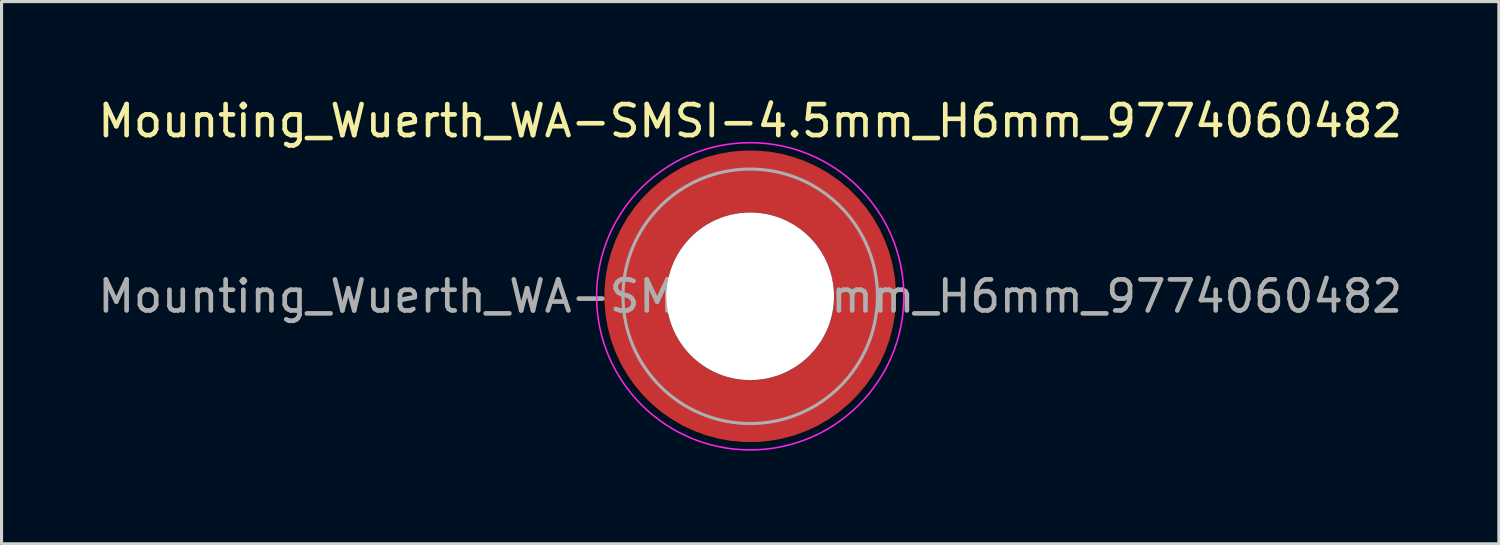
<source format=kicad_pcb>
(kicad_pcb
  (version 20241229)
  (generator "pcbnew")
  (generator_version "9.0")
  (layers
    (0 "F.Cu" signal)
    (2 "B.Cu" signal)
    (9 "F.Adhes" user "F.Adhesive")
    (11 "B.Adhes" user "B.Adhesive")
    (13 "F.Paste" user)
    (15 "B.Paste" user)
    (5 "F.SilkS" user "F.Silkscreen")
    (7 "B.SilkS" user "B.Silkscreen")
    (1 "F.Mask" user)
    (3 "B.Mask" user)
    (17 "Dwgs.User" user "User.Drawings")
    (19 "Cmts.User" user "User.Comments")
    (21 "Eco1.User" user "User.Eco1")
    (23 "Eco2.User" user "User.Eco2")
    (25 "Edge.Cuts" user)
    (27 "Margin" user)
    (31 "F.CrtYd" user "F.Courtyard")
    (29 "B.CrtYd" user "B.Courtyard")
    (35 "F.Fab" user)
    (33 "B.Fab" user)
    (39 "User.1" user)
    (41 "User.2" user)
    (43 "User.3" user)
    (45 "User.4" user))
  (footprint "Mounting_Wuerth_WA-SMSI-4.5mm_H6mm_9774060482"
    (layer "F.Cu")
    (at 21.125 6.498)
    (property "Reference" "Mounting_Wuerth_WA-SMSI-4.5mm_H6mm_9774060482" (at 0 -5.65 0) (layer "F.SilkS") (effects (font (size 1 1) (thickness 0.15))))
    (attr smd)
    (fp_circle (center 0 0) (end 4.95 0) (stroke (width 0.05) (type solid)) (fill no) (layer "F.CrtYd"))
    (fp_circle (center 0 0) (end 4.1 0) (stroke (width 0.1) (type solid)) (fill no) (layer "F.Fab"))
    (fp_text user "${REFERENCE}" (at 0 0 0) (layer "F.Fab") (effects (font (size 1 1) (thickness 0.15))))
    (pad "" smd custom (at -2.607 -2.607) (size 1.495 1.495) (layers "F.Paste") (options (anchor circle)) (primitives (gr_arc (start -0.188183 2.107456) (mid 0.598928 0.599619) (end 2.106494 -0.188011) (width 0.2)) (gr_arc (start -0.289416 2.107456) (mid 0.528508 0.529033) (end 2.106724 -0.28929) (width 0.2)) (gr_arc (start -0.390547 2.107456) (mid 0.457087 0.459449) (end 2.104161 -0.389996) (width 0.2)) (gr_arc (start -0.491585 2.107456) (mid 0.386415 0.389116) (end 2.103685 -0.490974) (width 0.2)) (gr_arc (start -0.59254 2.107456) (mid 0.31649 0.318035) (end 2.105297 -0.592202) (width 0.2)) (gr_arc (start -0.693419 2.107456) (mid 0.245252 0.248268) (end 2.103239 -0.692777) (width 0.2)) (gr_arc (start -0.794229 2.107456) (mid 0.174636 0.177878) (end 2.102921 -0.793559) (width 0.2)) (gr_arc (start -0.894975 2.107456) (mid 0.104643 0.106866) (end 2.104343 -0.894529) (width 0.2)) (gr_arc (start -0.995664 2.107456) (mid 0.033026 0.037479) (end 2.101219 -0.994793) (width 0.2)) (gr_arc (start -1.0963 2.107456) (mid -0.035789 -0.034714) (end 2.105949 -1.096096) (width 0.2)) (gr_arc (start -1.196886 2.107456) (mid -0.106351 -0.105157) (end 2.105783 -1.196666) (width 0.2)) (gr_arc (start -1.297427 2.107456) (mid -0.176416 -0.176097) (end 2.107009 -1.29737) (width 0.2)) (gr_arc (start -1.397927 2.107456) (mid -0.248476 -0.245042) (end 2.102638 -1.397323) (width 0.2)) (gr_arc (start -1.498388 2.107456) (mid -0.317612 -0.316913) (end 2.106475 -1.498268) (width 0.2)) (gr_arc (start -1.598813 2.107456) (mid -0.388865 -0.386665) (end 2.104366 -1.598444) (width 0.2)) (gr_arc (start -1.699204 2.107456) (mid -0.459747 -0.456787) (end 2.103299 -1.698719) (width 0.2)) (gr_arc (start -1.799565 2.107456) (mid -0.530257 -0.527283) (end 2.103277 -1.799089) (width 0.2)) (gr_arc (start -1.899896 2.107456) (mid -0.600396 -0.59815) (end 2.104299 -1.899545) (width 0.2)) (gr_arc (start -1.899896 2.107456) (mid -0.600396 -0.59815) (end 2.104299 -1.899545) (width 0.2)) (gr_line (start 2.107 -0.188) (end 2.107 -1.9) (width 0.2)) (gr_line (start -0.188 2.107) (end -1.9 2.107) (width 0.2))))
    (pad "" smd custom (at -2.607 2.607) (size 1.495 1.495) (layers "F.Paste") (options (anchor circle)) (primitives (gr_arc (start 2.107456 0.188183) (mid 0.599619 -0.598928) (end -0.188011 -2.106494) (width 0.2)) (gr_arc (start 2.107456 0.289416) (mid 0.529033 -0.528508) (end -0.28929 -2.106724) (width 0.2)) (gr_arc (start 2.107456 0.390547) (mid 0.459449 -0.457087) (end -0.389996 -2.104161) (width 0.2)) (gr_arc (start 2.107456 0.491585) (mid 0.389116 -0.386415) (end -0.490974 -2.103685) (width 0.2)) (gr_arc (start 2.107456 0.59254) (mid 0.318035 -0.31649) (end -0.592202 -2.105297) (width 0.2)) (gr_arc (start 2.107456 0.693419) (mid 0.248268 -0.245252) (end -0.692777 -2.103239) (width 0.2)) (gr_arc (start 2.107456 0.794229) (mid 0.177878 -0.174636) (end -0.793559 -2.102921) (width 0.2)) (gr_arc (start 2.107456 0.894975) (mid 0.106866 -0.104643) (end -0.894529 -2.104343) (width 0.2)) (gr_arc (start 2.107456 0.995664) (mid 0.037479 -0.033026) (end -0.994793 -2.101219) (width 0.2)) (gr_arc (start 2.107456 1.0963) (mid -0.034714 0.035789) (end -1.096096 -2.105949) (width 0.2)) (gr_arc (start 2.107456 1.196886) (mid -0.105157 0.106351) (end -1.196666 -2.105783) (width 0.2)) (gr_arc (start 2.107456 1.297427) (mid -0.176097 0.176416) (end -1.29737 -2.107009) (width 0.2)) (gr_arc (start 2.107456 1.397927) (mid -0.245042 0.248476) (end -1.397323 -2.102638) (width 0.2)) (gr_arc (start 2.107456 1.498388) (mid -0.316913 0.317612) (end -1.498268 -2.106475) (width 0.2)) (gr_arc (start 2.107456 1.598813) (mid -0.386665 0.388865) (end -1.598444 -2.104366) (width 0.2)) (gr_arc (start 2.107456 1.699204) (mid -0.456787 0.459747) (end -1.698719 -2.103299) (width 0.2)) (gr_arc (start 2.107456 1.799565) (mid -0.527283 0.530257) (end -1.799089 -2.103277) (width 0.2)) (gr_arc (start 2.107456 1.899896) (mid -0.59815 0.600396) (end -1.899545 -2.104299) (width 0.2)) (gr_arc (start 2.107456 1.899896) (mid -0.59815 0.600396) (end -1.899545 -2.104299) (width 0.2)) (gr_line (start -0.188 -2.107) (end -1.9 -2.107) (width 0.2)) (gr_line (start 2.107 0.188) (end 2.107 1.9) (width 0.2))))
    (pad "" np_thru_hole circle (at 0 0) (size 5.4 5.4) (drill 5.4) (layers "*.Cu" "*.Mask"))
    (pad "" smd custom (at 2.607 -2.607) (size 1.495 1.495) (layers "F.Paste") (options (anchor circle)) (primitives (gr_arc (start -2.107456 -0.188183) (mid -0.599619 0.598928) (end 0.188011 2.106494) (width 0.2)) (gr_arc (start -2.107456 -0.289416) (mid -0.529033 0.528508) (end 0.28929 2.106724) (width 0.2)) (gr_arc (start -2.107456 -0.390547) (mid -0.459449 0.457087) (end 0.389996 2.104161) (width 0.2)) (gr_arc (start -2.107456 -0.491585) (mid -0.389116 0.386415) (end 0.490974 2.103685) (width 0.2)) (gr_arc (start -2.107456 -0.59254) (mid -0.318035 0.31649) (end 0.592202 2.105297) (width 0.2)) (gr_arc (start -2.107456 -0.693419) (mid -0.248268 0.245252) (end 0.692777 2.103239) (width 0.2)) (gr_arc (start -2.107456 -0.794229) (mid -0.177878 0.174636) (end 0.793559 2.102921) (width 0.2)) (gr_arc (start -2.107456 -0.894975) (mid -0.106866 0.104643) (end 0.894529 2.104343) (width 0.2)) (gr_arc (start -2.107456 -0.995664) (mid -0.037479 0.033026) (end 0.994793 2.101219) (width 0.2)) (gr_arc (start -2.107456 -1.0963) (mid 0.034714 -0.035789) (end 1.096096 2.105949) (width 0.2)) (gr_arc (start -2.107456 -1.196886) (mid 0.105157 -0.106351) (end 1.196666 2.105783) (width 0.2)) (gr_arc (start -2.107456 -1.297427) (mid 0.176097 -0.176416) (end 1.29737 2.107009) (width 0.2)) (gr_arc (start -2.107456 -1.397927) (mid 0.245042 -0.248476) (end 1.397323 2.102638) (width 0.2)) (gr_arc (start -2.107456 -1.498388) (mid 0.316913 -0.317612) (end 1.498268 2.106475) (width 0.2)) (gr_arc (start -2.107456 -1.598813) (mid 0.386665 -0.388865) (end 1.598444 2.104366) (width 0.2)) (gr_arc (start -2.107456 -1.699204) (mid 0.456787 -0.459747) (end 1.698719 2.103299) (width 0.2)) (gr_arc (start -2.107456 -1.799565) (mid 0.527283 -0.530257) (end 1.799089 2.103277) (width 0.2)) (gr_arc (start -2.107456 -1.899896) (mid 0.59815 -0.600396) (end 1.899545 2.104299) (width 0.2)) (gr_arc (start -2.107456 -1.899896) (mid 0.59815 -0.600396) (end 1.899545 2.104299) (width 0.2)) (gr_line (start 0.188 2.107) (end 1.9 2.107) (width 0.2)) (gr_line (start -2.107 -0.188) (end -2.107 -1.9) (width 0.2))))
    (pad "" smd custom (at 2.607 2.607) (size 1.495 1.495) (layers "F.Paste") (options (anchor circle)) (primitives (gr_arc (start 0.188183 -2.107456) (mid -0.598928 -0.599619) (end -2.106494 0.188011) (width 0.2)) (gr_arc (start 0.289416 -2.107456) (mid -0.528508 -0.529033) (end -2.106724 0.28929) (width 0.2)) (gr_arc (start 0.390547 -2.107456) (mid -0.457087 -0.459449) (end -2.104161 0.389996) (width 0.2)) (gr_arc (start 0.491585 -2.107456) (mid -0.386415 -0.389116) (end -2.103685 0.490974) (width 0.2)) (gr_arc (start 0.59254 -2.107456) (mid -0.31649 -0.318035) (end -2.105297 0.592202) (width 0.2)) (gr_arc (start 0.693419 -2.107456) (mid -0.245252 -0.248268) (end -2.103239 0.692777) (width 0.2)) (gr_arc (start 0.794229 -2.107456) (mid -0.174636 -0.177878) (end -2.102921 0.793559) (width 0.2)) (gr_arc (start 0.894975 -2.107456) (mid -0.104643 -0.106866) (end -2.104343 0.894529) (width 0.2)) (gr_arc (start 0.995664 -2.107456) (mid -0.033026 -0.037479) (end -2.101219 0.994793) (width 0.2)) (gr_arc (start 1.0963 -2.107456) (mid 0.035789 0.034714) (end -2.105949 1.096096) (width 0.2)) (gr_arc (start 1.196886 -2.107456) (mid 0.106351 0.105157) (end -2.105783 1.196666) (width 0.2)) (gr_arc (start 1.297427 -2.107456) (mid 0.176416 0.176097) (end -2.107009 1.29737) (width 0.2)) (gr_arc (start 1.397927 -2.107456) (mid 0.248476 0.245042) (end -2.102638 1.397323) (width 0.2)) (gr_arc (start 1.498388 -2.107456) (mid 0.317612 0.316913) (end -2.106475 1.498268) (width 0.2)) (gr_arc (start 1.598813 -2.107456) (mid 0.388865 0.386665) (end -2.104366 1.598444) (width 0.2)) (gr_arc (start 1.699204 -2.107456) (mid 0.459747 0.456787) (end -2.103299 1.698719) (width 0.2)) (gr_arc (start 1.799565 -2.107456) (mid 0.530257 0.527283) (end -2.103277 1.799089) (width 0.2)) (gr_arc (start 1.899896 -2.107456) (mid 0.600396 0.59815) (end -2.104299 1.899545) (width 0.2)) (gr_arc (start 1.899896 -2.107456) (mid 0.600396 0.59815) (end -2.104299 1.899545) (width 0.2)) (gr_line (start -2.107 0.188) (end -2.107 1.9) (width 0.2)) (gr_line (start 0.188 -2.107) (end 1.9 -2.107) (width 0.2))))
    (pad "1" smd circle (at -3.7 0) (size 1.6 1.6) (layers "F.Cu"))
    (pad "1" smd circle (at 0 -3.7) (size 1.6 1.6) (layers "F.Cu"))
    (pad "1" smd circle (at 0 3.7) (size 1.6 1.6) (layers "F.Cu"))
    (pad "1" smd custom (at 3.7 0) (size 1.6 1.6) (layers "F.Cu" "F.Mask") (options (anchor circle)) (primitives (gr_circle (center -3.7 0) (end 0 0) (width 2) (fill no)))))
  (gr_rect
    (start -3 -3)
    (end 45.25 14.473)
    (stroke (width 0.1) (type default))
    (fill no)
    (layer "Edge.Cuts")))
</source>
